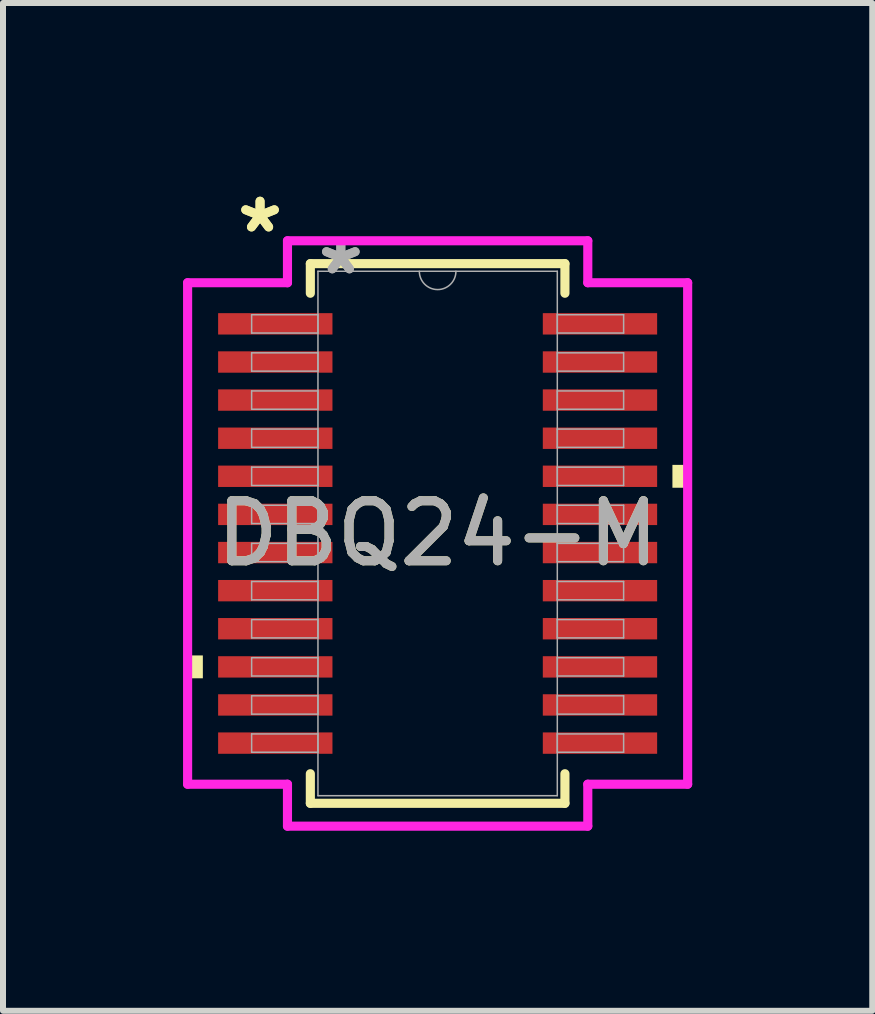
<source format=kicad_pcb>
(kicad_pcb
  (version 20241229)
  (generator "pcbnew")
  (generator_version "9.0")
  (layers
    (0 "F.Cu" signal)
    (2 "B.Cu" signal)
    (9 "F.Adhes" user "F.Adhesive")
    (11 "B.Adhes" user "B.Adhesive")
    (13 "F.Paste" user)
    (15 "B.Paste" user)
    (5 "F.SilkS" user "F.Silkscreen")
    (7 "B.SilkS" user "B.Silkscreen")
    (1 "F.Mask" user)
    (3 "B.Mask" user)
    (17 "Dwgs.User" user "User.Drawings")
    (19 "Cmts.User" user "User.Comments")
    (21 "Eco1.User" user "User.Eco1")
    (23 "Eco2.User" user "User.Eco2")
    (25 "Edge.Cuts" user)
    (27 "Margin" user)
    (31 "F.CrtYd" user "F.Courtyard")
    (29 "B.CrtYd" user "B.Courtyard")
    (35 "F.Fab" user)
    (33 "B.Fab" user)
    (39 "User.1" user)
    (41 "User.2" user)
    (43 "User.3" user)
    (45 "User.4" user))
  (footprint "DBQ24-M"
    (layer "F.Cu")
    (at 4.242 5.839)
    (property "Reference" "DBQ24-M" (at 0 0 0) (unlocked yes) (layer "F.SilkS") (effects (font (size 1 1) (thickness 0.15))))
    (attr smd)
    (fp_line (start -2.121 -4.496) (end -2.121 -4.003) (stroke (width 0.152) (type solid)) (layer "F.SilkS"))
    (fp_line (start -2.121 4.003) (end -2.121 4.496) (stroke (width 0.152) (type solid)) (layer "F.SilkS"))
    (fp_line (start -2.121 4.496) (end 2.121 4.496) (stroke (width 0.152) (type solid)) (layer "F.SilkS"))
    (fp_line (start 2.121 -4.496) (end -2.121 -4.496) (stroke (width 0.152) (type solid)) (layer "F.SilkS"))
    (fp_line (start 2.121 -4.003) (end 2.121 -4.496) (stroke (width 0.152) (type solid)) (layer "F.SilkS"))
    (fp_line (start 2.121 4.496) (end 2.121 4.003) (stroke (width 0.152) (type solid)) (layer "F.SilkS"))
    (fp_poly (pts (xy -4.166 2.032) (xy -4.166 2.413) (xy -3.912 2.413) (xy -3.912 2.032)) (stroke (width 0) (type solid)) (fill yes) (layer "F.SilkS"))
    (fp_poly (pts (xy 4.166 -1.143) (xy 4.166 -0.762) (xy 3.912 -0.762) (xy 3.912 -1.143)) (stroke (width 0) (type solid)) (fill yes) (layer "F.SilkS"))
    (fp_line (start -4.166 -4.178) (end -2.502 -4.178) (stroke (width 0.152) (type solid)) (layer "F.CrtYd"))
    (fp_line (start -4.166 4.178) (end -4.166 -4.178) (stroke (width 0.152) (type solid)) (layer "F.CrtYd"))
    (fp_line (start -4.166 4.178) (end -2.502 4.178) (stroke (width 0.152) (type solid)) (layer "F.CrtYd"))
    (fp_line (start -2.502 -4.877) (end 2.502 -4.877) (stroke (width 0.152) (type solid)) (layer "F.CrtYd"))
    (fp_line (start -2.502 -4.178) (end -2.502 -4.877) (stroke (width 0.152) (type solid)) (layer "F.CrtYd"))
    (fp_line (start -2.502 4.877) (end -2.502 4.178) (stroke (width 0.152) (type solid)) (layer "F.CrtYd"))
    (fp_line (start 2.502 -4.877) (end 2.502 -4.178) (stroke (width 0.152) (type solid)) (layer "F.CrtYd"))
    (fp_line (start 2.502 4.178) (end 2.502 4.877) (stroke (width 0.152) (type solid)) (layer "F.CrtYd"))
    (fp_line (start 2.502 4.877) (end -2.502 4.877) (stroke (width 0.152) (type solid)) (layer "F.CrtYd"))
    (fp_line (start 4.166 -4.178) (end 2.502 -4.178) (stroke (width 0.152) (type solid)) (layer "F.CrtYd"))
    (fp_line (start 4.166 -4.178) (end 4.166 4.178) (stroke (width 0.152) (type solid)) (layer "F.CrtYd"))
    (fp_line (start 4.166 4.178) (end 2.502 4.178) (stroke (width 0.152) (type solid)) (layer "F.CrtYd"))
    (fp_line (start -3.099 -3.645) (end -3.099 -3.34) (stroke (width 0.025) (type solid)) (layer "F.Fab"))
    (fp_line (start -3.099 -3.34) (end -1.994 -3.34) (stroke (width 0.025) (type solid)) (layer "F.Fab"))
    (fp_line (start -3.099 -3.01) (end -3.099 -2.705) (stroke (width 0.025) (type solid)) (layer "F.Fab"))
    (fp_line (start -3.099 -2.705) (end -1.994 -2.705) (stroke (width 0.025) (type solid)) (layer "F.Fab"))
    (fp_line (start -3.099 -2.375) (end -3.099 -2.07) (stroke (width 0.025) (type solid)) (layer "F.Fab"))
    (fp_line (start -3.099 -2.07) (end -1.994 -2.07) (stroke (width 0.025) (type solid)) (layer "F.Fab"))
    (fp_line (start -3.099 -1.74) (end -3.099 -1.435) (stroke (width 0.025) (type solid)) (layer "F.Fab"))
    (fp_line (start -3.099 -1.435) (end -1.994 -1.435) (stroke (width 0.025) (type solid)) (layer "F.Fab"))
    (fp_line (start -3.099 -1.105) (end -3.099 -0.8) (stroke (width 0.025) (type solid)) (layer "F.Fab"))
    (fp_line (start -3.099 -0.8) (end -1.994 -0.8) (stroke (width 0.025) (type solid)) (layer "F.Fab"))
    (fp_line (start -3.099 -0.47) (end -3.099 -0.165) (stroke (width 0.025) (type solid)) (layer "F.Fab"))
    (fp_line (start -3.099 -0.165) (end -1.994 -0.165) (stroke (width 0.025) (type solid)) (layer "F.Fab"))
    (fp_line (start -3.099 0.165) (end -3.099 0.47) (stroke (width 0.025) (type solid)) (layer "F.Fab"))
    (fp_line (start -3.099 0.47) (end -1.994 0.47) (stroke (width 0.025) (type solid)) (layer "F.Fab"))
    (fp_line (start -3.099 0.8) (end -3.099 1.105) (stroke (width 0.025) (type solid)) (layer "F.Fab"))
    (fp_line (start -3.099 1.105) (end -1.994 1.105) (stroke (width 0.025) (type solid)) (layer "F.Fab"))
    (fp_line (start -3.099 1.435) (end -3.099 1.74) (stroke (width 0.025) (type solid)) (layer "F.Fab"))
    (fp_line (start -3.099 1.74) (end -1.994 1.74) (stroke (width 0.025) (type solid)) (layer "F.Fab"))
    (fp_line (start -3.099 2.07) (end -3.099 2.375) (stroke (width 0.025) (type solid)) (layer "F.Fab"))
    (fp_line (start -3.099 2.375) (end -1.994 2.375) (stroke (width 0.025) (type solid)) (layer "F.Fab"))
    (fp_line (start -3.099 2.705) (end -3.099 3.01) (stroke (width 0.025) (type solid)) (layer "F.Fab"))
    (fp_line (start -3.099 3.01) (end -1.994 3.01) (stroke (width 0.025) (type solid)) (layer "F.Fab"))
    (fp_line (start -3.099 3.34) (end -3.099 3.645) (stroke (width 0.025) (type solid)) (layer "F.Fab"))
    (fp_line (start -3.099 3.645) (end -1.994 3.645) (stroke (width 0.025) (type solid)) (layer "F.Fab"))
    (fp_line (start -1.994 -4.369) (end -1.994 4.369) (stroke (width 0.025) (type solid)) (layer "F.Fab"))
    (fp_line (start -1.994 -3.645) (end -3.099 -3.645) (stroke (width 0.025) (type solid)) (layer "F.Fab"))
    (fp_line (start -1.994 -3.34) (end -1.994 -3.645) (stroke (width 0.025) (type solid)) (layer "F.Fab"))
    (fp_line (start -1.994 -3.01) (end -3.099 -3.01) (stroke (width 0.025) (type solid)) (layer "F.Fab"))
    (fp_line (start -1.994 -2.705) (end -1.994 -3.01) (stroke (width 0.025) (type solid)) (layer "F.Fab"))
    (fp_line (start -1.994 -2.375) (end -3.099 -2.375) (stroke (width 0.025) (type solid)) (layer "F.Fab"))
    (fp_line (start -1.994 -2.07) (end -1.994 -2.375) (stroke (width 0.025) (type solid)) (layer "F.Fab"))
    (fp_line (start -1.994 -1.74) (end -3.099 -1.74) (stroke (width 0.025) (type solid)) (layer "F.Fab"))
    (fp_line (start -1.994 -1.435) (end -1.994 -1.74) (stroke (width 0.025) (type solid)) (layer "F.Fab"))
    (fp_line (start -1.994 -1.105) (end -3.099 -1.105) (stroke (width 0.025) (type solid)) (layer "F.Fab"))
    (fp_line (start -1.994 -0.8) (end -1.994 -1.105) (stroke (width 0.025) (type solid)) (layer "F.Fab"))
    (fp_line (start -1.994 -0.47) (end -3.099 -0.47) (stroke (width 0.025) (type solid)) (layer "F.Fab"))
    (fp_line (start -1.994 -0.165) (end -1.994 -0.47) (stroke (width 0.025) (type solid)) (layer "F.Fab"))
    (fp_line (start -1.994 0.165) (end -3.099 0.165) (stroke (width 0.025) (type solid)) (layer "F.Fab"))
    (fp_line (start -1.994 0.47) (end -1.994 0.165) (stroke (width 0.025) (type solid)) (layer "F.Fab"))
    (fp_line (start -1.994 0.8) (end -3.099 0.8) (stroke (width 0.025) (type solid)) (layer "F.Fab"))
    (fp_line (start -1.994 1.105) (end -1.994 0.8) (stroke (width 0.025) (type solid)) (layer "F.Fab"))
    (fp_line (start -1.994 1.435) (end -3.099 1.435) (stroke (width 0.025) (type solid)) (layer "F.Fab"))
    (fp_line (start -1.994 1.74) (end -1.994 1.435) (stroke (width 0.025) (type solid)) (layer "F.Fab"))
    (fp_line (start -1.994 2.07) (end -3.099 2.07) (stroke (width 0.025) (type solid)) (layer "F.Fab"))
    (fp_line (start -1.994 2.375) (end -1.994 2.07) (stroke (width 0.025) (type solid)) (layer "F.Fab"))
    (fp_line (start -1.994 2.705) (end -3.099 2.705) (stroke (width 0.025) (type solid)) (layer "F.Fab"))
    (fp_line (start -1.994 3.01) (end -1.994 2.705) (stroke (width 0.025) (type solid)) (layer "F.Fab"))
    (fp_line (start -1.994 3.34) (end -3.099 3.34) (stroke (width 0.025) (type solid)) (layer "F.Fab"))
    (fp_line (start -1.994 3.645) (end -1.994 3.34) (stroke (width 0.025) (type solid)) (layer "F.Fab"))
    (fp_line (start -1.994 4.369) (end 1.994 4.369) (stroke (width 0.025) (type solid)) (layer "F.Fab"))
    (fp_line (start 1.994 -4.369) (end -1.994 -4.369) (stroke (width 0.025) (type solid)) (layer "F.Fab"))
    (fp_line (start 1.994 -3.645) (end 1.994 -3.34) (stroke (width 0.025) (type solid)) (layer "F.Fab"))
    (fp_line (start 1.994 -3.34) (end 3.099 -3.34) (stroke (width 0.025) (type solid)) (layer "F.Fab"))
    (fp_line (start 1.994 -3.01) (end 1.994 -2.705) (stroke (width 0.025) (type solid)) (layer "F.Fab"))
    (fp_line (start 1.994 -2.705) (end 3.099 -2.705) (stroke (width 0.025) (type solid)) (layer "F.Fab"))
    (fp_line (start 1.994 -2.375) (end 1.994 -2.07) (stroke (width 0.025) (type solid)) (layer "F.Fab"))
    (fp_line (start 1.994 -2.07) (end 3.099 -2.07) (stroke (width 0.025) (type solid)) (layer "F.Fab"))
    (fp_line (start 1.994 -1.74) (end 1.994 -1.435) (stroke (width 0.025) (type solid)) (layer "F.Fab"))
    (fp_line (start 1.994 -1.435) (end 3.099 -1.435) (stroke (width 0.025) (type solid)) (layer "F.Fab"))
    (fp_line (start 1.994 -1.105) (end 1.994 -0.8) (stroke (width 0.025) (type solid)) (layer "F.Fab"))
    (fp_line (start 1.994 -0.8) (end 3.099 -0.8) (stroke (width 0.025) (type solid)) (layer "F.Fab"))
    (fp_line (start 1.994 -0.47) (end 1.994 -0.165) (stroke (width 0.025) (type solid)) (layer "F.Fab"))
    (fp_line (start 1.994 -0.165) (end 3.099 -0.165) (stroke (width 0.025) (type solid)) (layer "F.Fab"))
    (fp_line (start 1.994 0.165) (end 1.994 0.47) (stroke (width 0.025) (type solid)) (layer "F.Fab"))
    (fp_line (start 1.994 0.47) (end 3.099 0.47) (stroke (width 0.025) (type solid)) (layer "F.Fab"))
    (fp_line (start 1.994 0.8) (end 1.994 1.105) (stroke (width 0.025) (type solid)) (layer "F.Fab"))
    (fp_line (start 1.994 1.105) (end 3.099 1.105) (stroke (width 0.025) (type solid)) (layer "F.Fab"))
    (fp_line (start 1.994 1.435) (end 1.994 1.74) (stroke (width 0.025) (type solid)) (layer "F.Fab"))
    (fp_line (start 1.994 1.74) (end 3.099 1.74) (stroke (width 0.025) (type solid)) (layer "F.Fab"))
    (fp_line (start 1.994 2.07) (end 1.994 2.375) (stroke (width 0.025) (type solid)) (layer "F.Fab"))
    (fp_line (start 1.994 2.375) (end 3.099 2.375) (stroke (width 0.025) (type solid)) (layer "F.Fab"))
    (fp_line (start 1.994 2.705) (end 1.994 3.01) (stroke (width 0.025) (type solid)) (layer "F.Fab"))
    (fp_line (start 1.994 3.01) (end 3.099 3.01) (stroke (width 0.025) (type solid)) (layer "F.Fab"))
    (fp_line (start 1.994 3.34) (end 1.994 3.645) (stroke (width 0.025) (type solid)) (layer "F.Fab"))
    (fp_line (start 1.994 3.645) (end 3.099 3.645) (stroke (width 0.025) (type solid)) (layer "F.Fab"))
    (fp_line (start 1.994 4.369) (end 1.994 -4.369) (stroke (width 0.025) (type solid)) (layer "F.Fab"))
    (fp_line (start 3.099 -3.645) (end 1.994 -3.645) (stroke (width 0.025) (type solid)) (layer "F.Fab"))
    (fp_line (start 3.099 -3.34) (end 3.099 -3.645) (stroke (width 0.025) (type solid)) (layer "F.Fab"))
    (fp_line (start 3.099 -3.01) (end 1.994 -3.01) (stroke (width 0.025) (type solid)) (layer "F.Fab"))
    (fp_line (start 3.099 -2.705) (end 3.099 -3.01) (stroke (width 0.025) (type solid)) (layer "F.Fab"))
    (fp_line (start 3.099 -2.375) (end 1.994 -2.375) (stroke (width 0.025) (type solid)) (layer "F.Fab"))
    (fp_line (start 3.099 -2.07) (end 3.099 -2.375) (stroke (width 0.025) (type solid)) (layer "F.Fab"))
    (fp_line (start 3.099 -1.74) (end 1.994 -1.74) (stroke (width 0.025) (type solid)) (layer "F.Fab"))
    (fp_line (start 3.099 -1.435) (end 3.099 -1.74) (stroke (width 0.025) (type solid)) (layer "F.Fab"))
    (fp_line (start 3.099 -1.105) (end 1.994 -1.105) (stroke (width 0.025) (type solid)) (layer "F.Fab"))
    (fp_line (start 3.099 -0.8) (end 3.099 -1.105) (stroke (width 0.025) (type solid)) (layer "F.Fab"))
    (fp_line (start 3.099 -0.47) (end 1.994 -0.47) (stroke (width 0.025) (type solid)) (layer "F.Fab"))
    (fp_line (start 3.099 -0.165) (end 3.099 -0.47) (stroke (width 0.025) (type solid)) (layer "F.Fab"))
    (fp_line (start 3.099 0.165) (end 1.994 0.165) (stroke (width 0.025) (type solid)) (layer "F.Fab"))
    (fp_line (start 3.099 0.47) (end 3.099 0.165) (stroke (width 0.025) (type solid)) (layer "F.Fab"))
    (fp_line (start 3.099 0.8) (end 1.994 0.8) (stroke (width 0.025) (type solid)) (layer "F.Fab"))
    (fp_line (start 3.099 1.105) (end 3.099 0.8) (stroke (width 0.025) (type solid)) (layer "F.Fab"))
    (fp_line (start 3.099 1.435) (end 1.994 1.435) (stroke (width 0.025) (type solid)) (layer "F.Fab"))
    (fp_line (start 3.099 1.74) (end 3.099 1.435) (stroke (width 0.025) (type solid)) (layer "F.Fab"))
    (fp_line (start 3.099 2.07) (end 1.994 2.07) (stroke (width 0.025) (type solid)) (layer "F.Fab"))
    (fp_line (start 3.099 2.375) (end 3.099 2.07) (stroke (width 0.025) (type solid)) (layer "F.Fab"))
    (fp_line (start 3.099 2.705) (end 1.994 2.705) (stroke (width 0.025) (type solid)) (layer "F.Fab"))
    (fp_line (start 3.099 3.01) (end 3.099 2.705) (stroke (width 0.025) (type solid)) (layer "F.Fab"))
    (fp_line (start 3.099 3.34) (end 1.994 3.34) (stroke (width 0.025) (type solid)) (layer "F.Fab"))
    (fp_line (start 3.099 3.645) (end 3.099 3.34) (stroke (width 0.025) (type solid)) (layer "F.Fab"))
    (fp_arc (start 0.3048 -4.3688) (mid 0 -4.064) (end -0.3048 -4.3688) (stroke (width 0.0254) (type solid)) (layer "F.Fab"))
    (fp_text user "*" (at -2.959 -4.991 0) (unlocked yes) (layer "F.SilkS") (effects (font (size 1 1) (thickness 0.15))))
    (fp_text user "*" (at -2.959 -4.991 0) (layer "F.SilkS") (effects (font (size 1 1) (thickness 0.15))))
    (fp_text user "${REFERENCE}" (at 0 0 0) (unlocked yes) (layer "F.Fab") (effects (font (size 1 1) (thickness 0.15))))
    (fp_text user "*" (at -1.613 -4.293 0) (layer "F.Fab") (effects (font (size 1 1) (thickness 0.15))))
    (fp_text user "*" (at -1.613 -4.293 0) (unlocked yes) (layer "F.Fab") (effects (font (size 1 1) (thickness 0.15))))
    (pad "1" smd rect (at -2.705 -3.493) (size 1.905 0.356) (layers "F.Cu" "F.Mask" "F.Paste"))
    (pad "2" smd rect (at -2.705 -2.857) (size 1.905 0.356) (layers "F.Cu" "F.Mask" "F.Paste"))
    (pad "3" smd rect (at -2.705 -2.223) (size 1.905 0.356) (layers "F.Cu" "F.Mask" "F.Paste"))
    (pad "4" smd rect (at -2.705 -1.587) (size 1.905 0.356) (layers "F.Cu" "F.Mask" "F.Paste"))
    (pad "5" smd rect (at -2.705 -0.953) (size 1.905 0.356) (layers "F.Cu" "F.Mask" "F.Paste"))
    (pad "6" smd rect (at -2.705 -0.318) (size 1.905 0.356) (layers "F.Cu" "F.Mask" "F.Paste"))
    (pad "7" smd rect (at -2.705 0.318) (size 1.905 0.356) (layers "F.Cu" "F.Mask" "F.Paste"))
    (pad "8" smd rect (at -2.705 0.953) (size 1.905 0.356) (layers "F.Cu" "F.Mask" "F.Paste"))
    (pad "9" smd rect (at -2.705 1.587) (size 1.905 0.356) (layers "F.Cu" "F.Mask" "F.Paste"))
    (pad "10" smd rect (at -2.705 2.223) (size 1.905 0.356) (layers "F.Cu" "F.Mask" "F.Paste"))
    (pad "11" smd rect (at -2.705 2.857) (size 1.905 0.356) (layers "F.Cu" "F.Mask" "F.Paste"))
    (pad "12" smd rect (at -2.705 3.493) (size 1.905 0.356) (layers "F.Cu" "F.Mask" "F.Paste"))
    (pad "13" smd rect (at 2.705 3.493) (size 1.905 0.356) (layers "F.Cu" "F.Mask" "F.Paste"))
    (pad "14" smd rect (at 2.705 2.857) (size 1.905 0.356) (layers "F.Cu" "F.Mask" "F.Paste"))
    (pad "15" smd rect (at 2.705 2.223) (size 1.905 0.356) (layers "F.Cu" "F.Mask" "F.Paste"))
    (pad "16" smd rect (at 2.705 1.587) (size 1.905 0.356) (layers "F.Cu" "F.Mask" "F.Paste"))
    (pad "17" smd rect (at 2.705 0.953) (size 1.905 0.356) (layers "F.Cu" "F.Mask" "F.Paste"))
    (pad "18" smd rect (at 2.705 0.318) (size 1.905 0.356) (layers "F.Cu" "F.Mask" "F.Paste"))
    (pad "19" smd rect (at 2.705 -0.318) (size 1.905 0.356) (layers "F.Cu" "F.Mask" "F.Paste"))
    (pad "20" smd rect (at 2.705 -0.953) (size 1.905 0.356) (layers "F.Cu" "F.Mask" "F.Paste"))
    (pad "21" smd rect (at 2.705 -1.587) (size 1.905 0.356) (layers "F.Cu" "F.Mask" "F.Paste"))
    (pad "22" smd rect (at 2.705 -2.223) (size 1.905 0.356) (layers "F.Cu" "F.Mask" "F.Paste"))
    (pad "23" smd rect (at 2.705 -2.857) (size 1.905 0.356) (layers "F.Cu" "F.Mask" "F.Paste"))
    (pad "24" smd rect (at 2.705 -3.493) (size 1.905 0.356) (layers "F.Cu" "F.Mask" "F.Paste")))
  (gr_rect
    (start -3 -3)
    (end 11.484 13.792)
    (stroke (width 0.1) (type default))
    (fill no)
    (layer "Edge.Cuts")))
</source>
